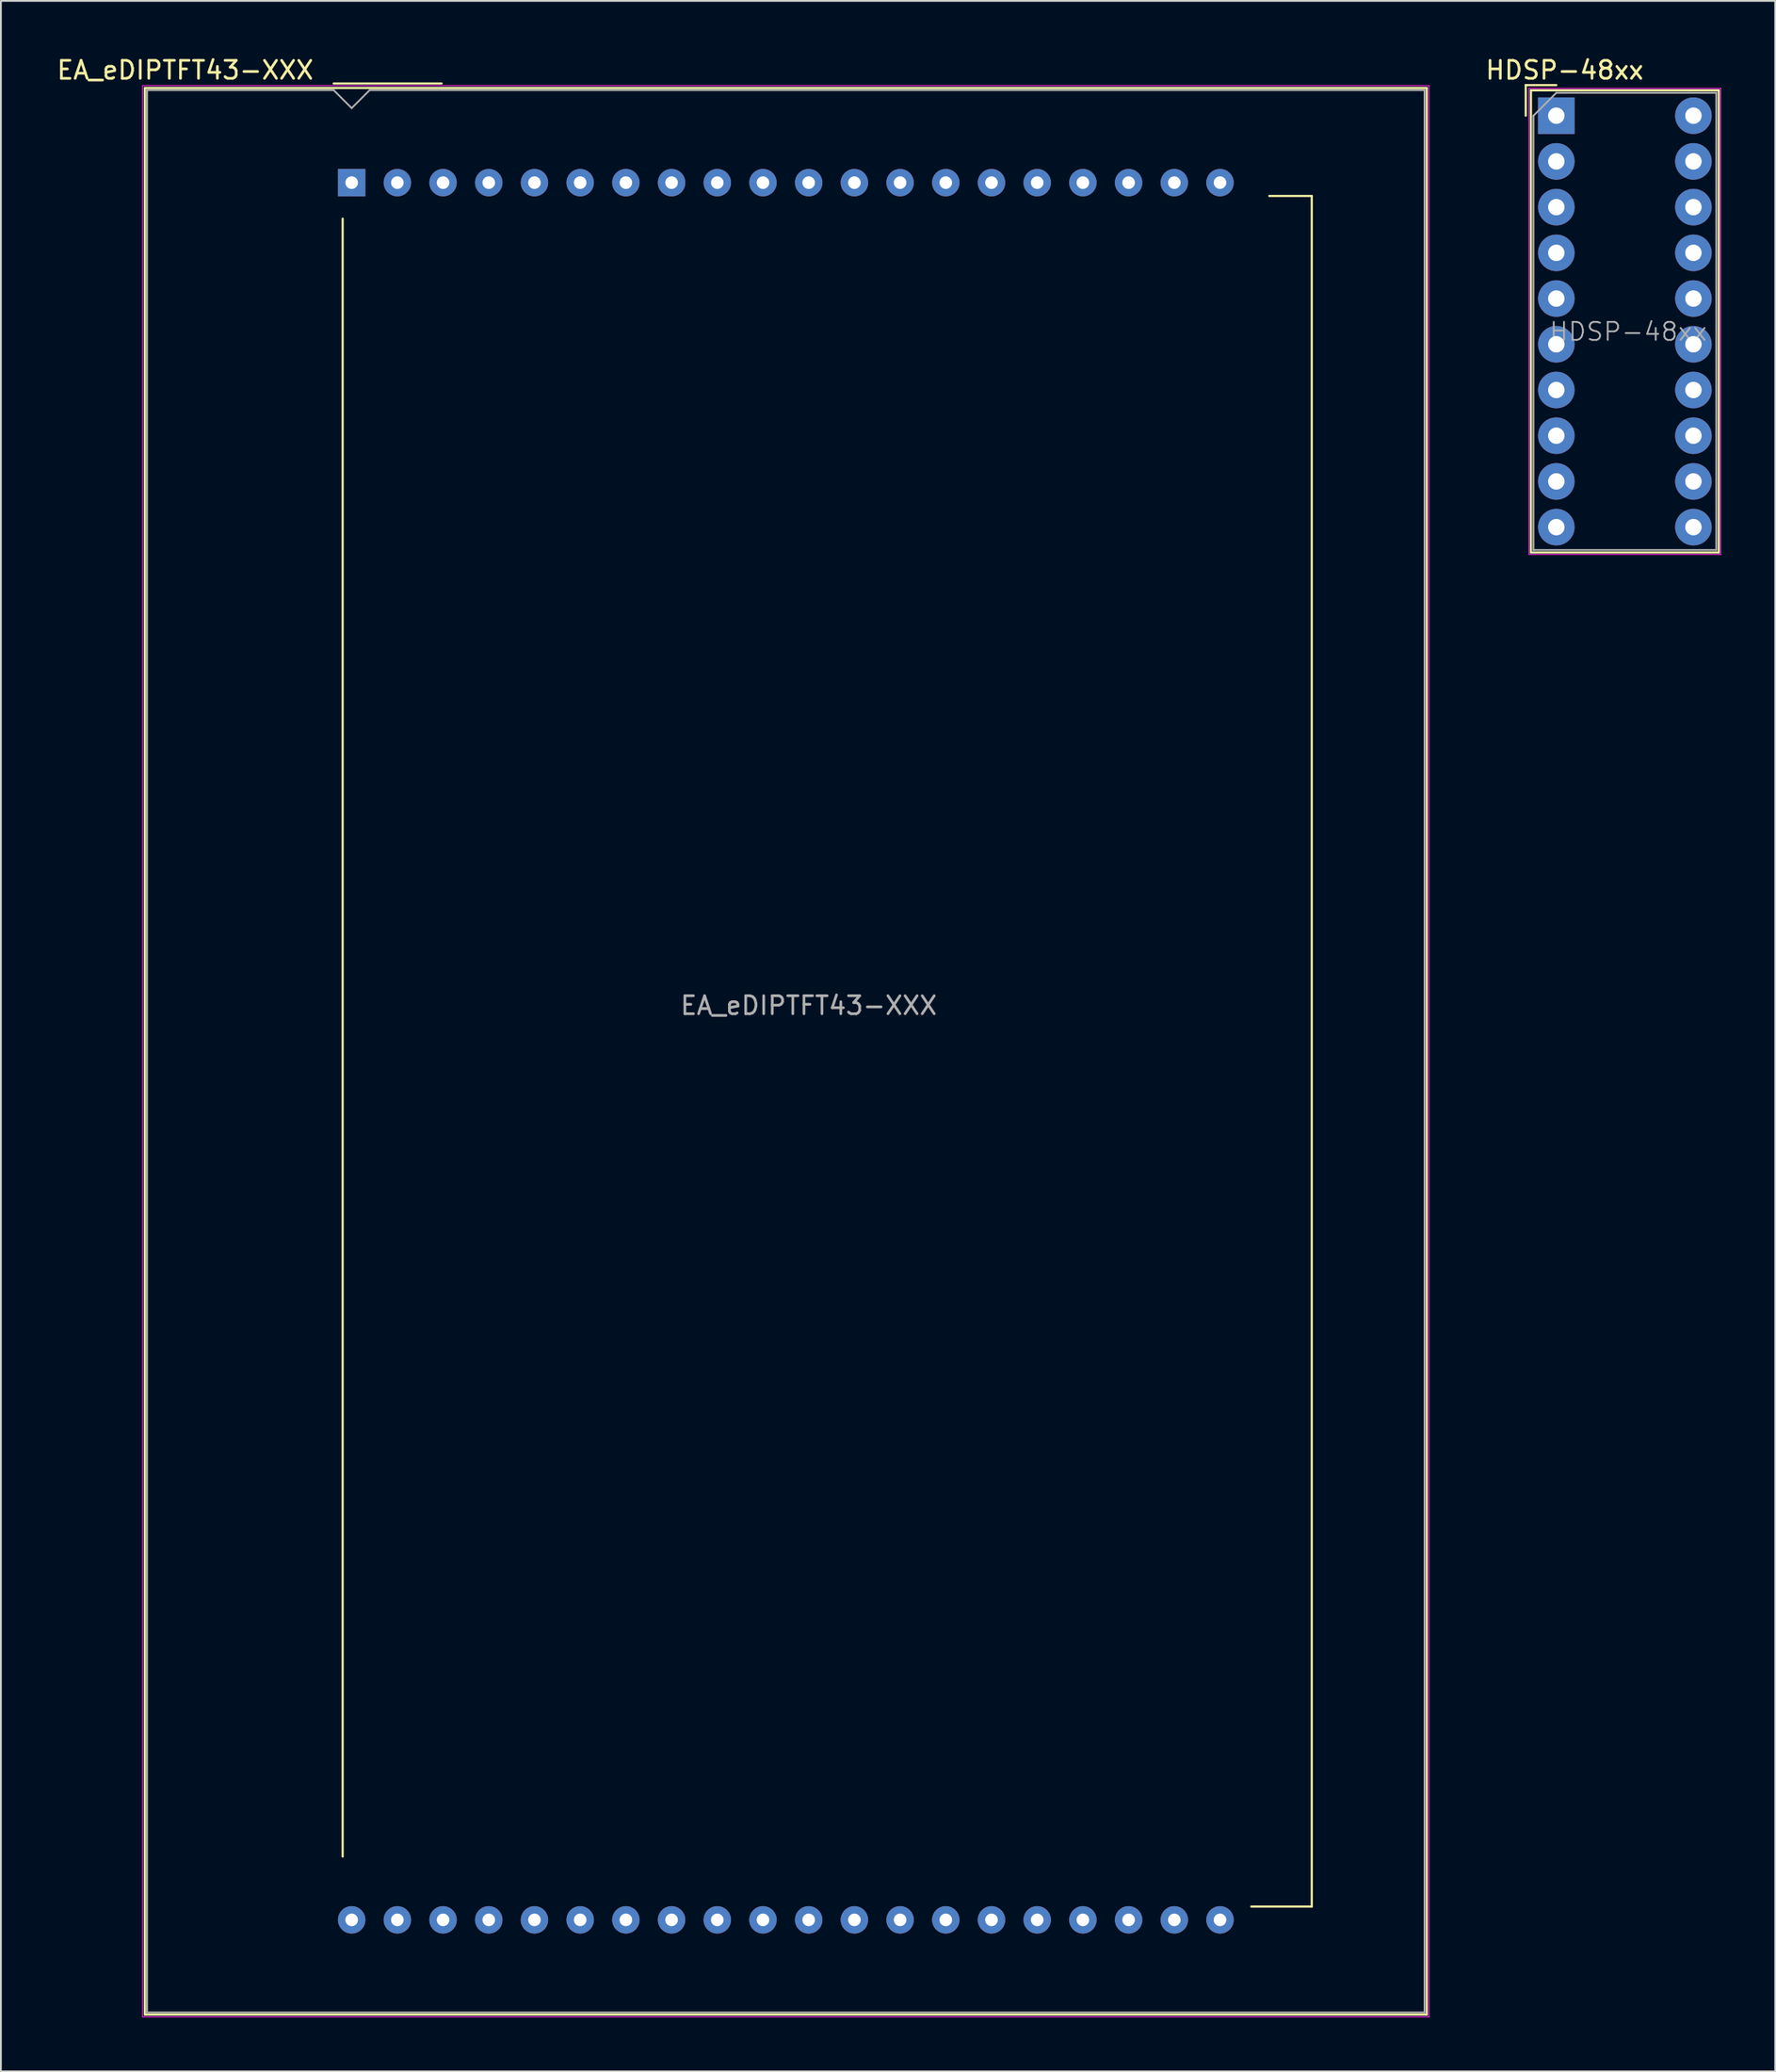
<source format=kicad_pcb>
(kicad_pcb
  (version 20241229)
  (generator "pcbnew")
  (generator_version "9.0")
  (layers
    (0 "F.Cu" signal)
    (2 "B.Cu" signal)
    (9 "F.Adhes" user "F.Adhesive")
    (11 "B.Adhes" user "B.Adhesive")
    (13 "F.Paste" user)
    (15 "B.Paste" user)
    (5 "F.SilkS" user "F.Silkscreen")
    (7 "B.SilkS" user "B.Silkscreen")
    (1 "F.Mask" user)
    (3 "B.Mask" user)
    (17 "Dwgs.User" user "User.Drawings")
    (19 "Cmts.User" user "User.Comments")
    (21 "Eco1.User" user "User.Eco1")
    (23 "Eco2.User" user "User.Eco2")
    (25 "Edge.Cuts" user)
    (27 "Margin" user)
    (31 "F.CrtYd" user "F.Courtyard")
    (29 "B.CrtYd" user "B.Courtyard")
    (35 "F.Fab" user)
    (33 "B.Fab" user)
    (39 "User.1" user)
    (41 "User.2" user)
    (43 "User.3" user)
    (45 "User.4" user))
  (footprint "EA_eDIPTFT43-XXX"
    (layer "F.Cu")
    (at 16.494 7.098)
    (property "Reference" "EA_eDIPTFT43-XXX" (at -9.25 -6.25 0) (layer "F.SilkS") (effects (font (size 1 1) (thickness 0.15))))
    (attr through_hole)
    (fp_line (start -11.49 -5.26) (end 59.75 -5.26) (stroke (width 0.12) (type solid)) (layer "F.SilkS"))
    (fp_line (start -11.49 101.78) (end -11.49 -5.26) (stroke (width 0.12) (type solid)) (layer "F.SilkS"))
    (fp_line (start -1 -5.51) (end 5 -5.51) (stroke (width 0.12) (type solid)) (layer "F.SilkS"))
    (fp_line (start -0.5 93) (end -0.5 2) (stroke (width 0.12) (type solid)) (layer "F.SilkS"))
    (fp_line (start 51 0.74) (end 53.36 0.74) (stroke (width 0.12) (type solid)) (layer "F.SilkS"))
    (fp_line (start 53.36 0.74) (end 53.36 95.78) (stroke (width 0.12) (type solid)) (layer "F.SilkS"))
    (fp_line (start 53.36 95.78) (end 50 95.78) (stroke (width 0.12) (type solid)) (layer "F.SilkS"))
    (fp_line (start 59.75 -5.26) (end 59.75 101.78) (stroke (width 0.12) (type solid)) (layer "F.SilkS"))
    (fp_line (start 59.75 101.78) (end -11.49 101.78) (stroke (width 0.12) (type solid)) (layer "F.SilkS"))
    (fp_line (start -11.62 -5.39) (end 59.88 -5.39) (stroke (width 0.05) (type solid)) (layer "F.CrtYd"))
    (fp_line (start -11.62 101.91) (end -11.62 -5.39) (stroke (width 0.05) (type solid)) (layer "F.CrtYd"))
    (fp_line (start 59.88 -5.39) (end 59.88 101.91) (stroke (width 0.05) (type solid)) (layer "F.CrtYd"))
    (fp_line (start 59.88 101.91) (end -11.62 101.91) (stroke (width 0.05) (type solid)) (layer "F.CrtYd"))
    (fp_line (start -11.37 -5.14) (end -1 -5.14) (stroke (width 0.1) (type solid)) (layer "F.Fab"))
    (fp_line (start -11.37 101.66) (end -11.37 -5.14) (stroke (width 0.1) (type solid)) (layer "F.Fab"))
    (fp_line (start -1 -5.14) (end 0 -4.14) (stroke (width 0.1) (type solid)) (layer "F.Fab"))
    (fp_line (start 0 -4.14) (end 1 -5.14) (stroke (width 0.1) (type solid)) (layer "F.Fab"))
    (fp_line (start 1 -5.14) (end 59.63 -5.14) (stroke (width 0.1) (type solid)) (layer "F.Fab"))
    (fp_line (start 59.63 -5.14) (end 59.63 101.66) (stroke (width 0.1) (type solid)) (layer "F.Fab"))
    (fp_line (start 59.63 101.66) (end -11.37 101.66) (stroke (width 0.1) (type solid)) (layer "F.Fab"))
    (fp_text user "${REFERENCE}" (at 25.4 45.72 0) (layer "F.Fab") (effects (font (size 1 1) (thickness 0.15))))
    (pad "1" thru_hole rect (at 0 0) (size 1.524 1.524) (drill 0.7) (layers "*.Cu" "*.Mask"))
    (pad "2" thru_hole circle (at 2.54 0) (size 1.524 1.524) (drill 0.7) (layers "*.Cu" "*.Mask"))
    (pad "3" thru_hole circle (at 5.08 0) (size 1.524 1.524) (drill 0.7) (layers "*.Cu" "*.Mask"))
    (pad "4" thru_hole circle (at 7.62 0) (size 1.524 1.524) (drill 0.7) (layers "*.Cu" "*.Mask"))
    (pad "5" thru_hole circle (at 10.16 0) (size 1.524 1.524) (drill 0.7) (layers "*.Cu" "*.Mask"))
    (pad "6" thru_hole circle (at 12.7 0) (size 1.524 1.524) (drill 0.7) (layers "*.Cu" "*.Mask"))
    (pad "7" thru_hole circle (at 15.24 0) (size 1.524 1.524) (drill 0.7) (layers "*.Cu" "*.Mask"))
    (pad "8" thru_hole circle (at 17.78 0) (size 1.524 1.524) (drill 0.7) (layers "*.Cu" "*.Mask"))
    (pad "9" thru_hole circle (at 20.32 0) (size 1.524 1.524) (drill 0.7) (layers "*.Cu" "*.Mask"))
    (pad "10" thru_hole circle (at 22.86 0) (size 1.524 1.524) (drill 0.7) (layers "*.Cu" "*.Mask"))
    (pad "11" thru_hole circle (at 25.4 0) (size 1.524 1.524) (drill 0.7) (layers "*.Cu" "*.Mask"))
    (pad "12" thru_hole circle (at 27.94 0) (size 1.524 1.524) (drill 0.7) (layers "*.Cu" "*.Mask"))
    (pad "13" thru_hole circle (at 30.48 0) (size 1.524 1.524) (drill 0.7) (layers "*.Cu" "*.Mask"))
    (pad "14" thru_hole circle (at 33.02 0) (size 1.524 1.524) (drill 0.7) (layers "*.Cu" "*.Mask"))
    (pad "15" thru_hole circle (at 35.56 0) (size 1.524 1.524) (drill 0.7) (layers "*.Cu" "*.Mask"))
    (pad "16" thru_hole circle (at 38.1 0) (size 1.524 1.524) (drill 0.7) (layers "*.Cu" "*.Mask"))
    (pad "17" thru_hole circle (at 40.64 0) (size 1.524 1.524) (drill 0.7) (layers "*.Cu" "*.Mask"))
    (pad "18" thru_hole circle (at 43.18 0) (size 1.524 1.524) (drill 0.7) (layers "*.Cu" "*.Mask"))
    (pad "19" thru_hole circle (at 45.72 0) (size 1.524 1.524) (drill 0.7) (layers "*.Cu" "*.Mask"))
    (pad "20" thru_hole circle (at 48.26 0) (size 1.524 1.524) (drill 0.7) (layers "*.Cu" "*.Mask"))
    (pad "21" thru_hole circle (at 48.26 96.52) (size 1.524 1.524) (drill 0.7) (layers "*.Cu" "*.Mask"))
    (pad "22" thru_hole circle (at 45.72 96.52) (size 1.524 1.524) (drill 0.7) (layers "*.Cu" "*.Mask"))
    (pad "23" thru_hole circle (at 43.18 96.52) (size 1.524 1.524) (drill 0.7) (layers "*.Cu" "*.Mask"))
    (pad "24" thru_hole circle (at 40.64 96.52) (size 1.524 1.524) (drill 0.7) (layers "*.Cu" "*.Mask"))
    (pad "25" thru_hole circle (at 38.1 96.52) (size 1.524 1.524) (drill 0.7) (layers "*.Cu" "*.Mask"))
    (pad "26" thru_hole circle (at 35.56 96.52) (size 1.524 1.524) (drill 0.7) (layers "*.Cu" "*.Mask"))
    (pad "27" thru_hole circle (at 33.02 96.52) (size 1.524 1.524) (drill 0.7) (layers "*.Cu" "*.Mask"))
    (pad "28" thru_hole circle (at 30.48 96.52) (size 1.524 1.524) (drill 0.7) (layers "*.Cu" "*.Mask"))
    (pad "29" thru_hole circle (at 27.94 96.52) (size 1.524 1.524) (drill 0.7) (layers "*.Cu" "*.Mask"))
    (pad "30" thru_hole circle (at 25.4 96.52) (size 1.524 1.524) (drill 0.7) (layers "*.Cu" "*.Mask"))
    (pad "31" thru_hole circle (at 22.86 96.52) (size 1.524 1.524) (drill 0.7) (layers "*.Cu" "*.Mask"))
    (pad "32" thru_hole circle (at 20.32 96.52) (size 1.524 1.524) (drill 0.7) (layers "*.Cu" "*.Mask"))
    (pad "33" thru_hole circle (at 17.78 96.52) (size 1.524 1.524) (drill 0.7) (layers "*.Cu" "*.Mask"))
    (pad "34" thru_hole circle (at 15.24 96.52) (size 1.524 1.524) (drill 0.7) (layers "*.Cu" "*.Mask"))
    (pad "35" thru_hole circle (at 12.7 96.52) (size 1.524 1.524) (drill 0.7) (layers "*.Cu" "*.Mask"))
    (pad "36" thru_hole circle (at 10.16 96.52) (size 1.524 1.524) (drill 0.7) (layers "*.Cu" "*.Mask"))
    (pad "37" thru_hole circle (at 7.62 96.52) (size 1.524 1.524) (drill 0.7) (layers "*.Cu" "*.Mask"))
    (pad "38" thru_hole circle (at 5.08 96.52) (size 1.524 1.524) (drill 0.7) (layers "*.Cu" "*.Mask"))
    (pad "39" thru_hole circle (at 2.54 96.52) (size 1.524 1.524) (drill 0.7) (layers "*.Cu" "*.Mask"))
    (pad "40" thru_hole circle (at 0 96.52) (size 1.524 1.524) (drill 0.7) (layers "*.Cu" "*.Mask")))
  (footprint "HDSP-48xx"
    (layer "F.Cu")
    (at 83.445 3.378)
    (property "Reference" "HDSP-48xx" (at 0.46 -2.53 0) (layer "F.SilkS") (effects (font (size 1 1) (thickness 0.15))))
    (attr through_hole)
    (fp_line (start -1.7 -1.7) (end -1.7 0) (stroke (width 0.12) (type solid)) (layer "F.SilkS"))
    (fp_line (start -1.41 -1.41) (end 9.03 -1.41) (stroke (width 0.12) (type solid)) (layer "F.SilkS"))
    (fp_line (start -1.41 24.27) (end -1.41 -1.41) (stroke (width 0.12) (type solid)) (layer "F.SilkS"))
    (fp_line (start 0 -1.7) (end -1.7 -1.7) (stroke (width 0.12) (type solid)) (layer "F.SilkS"))
    (fp_line (start 9.03 -1.41) (end 9.03 24.27) (stroke (width 0.12) (type solid)) (layer "F.SilkS"))
    (fp_line (start 9.03 24.27) (end -1.41 24.27) (stroke (width 0.12) (type solid)) (layer "F.SilkS"))
    (fp_line (start -1.52 -1.52) (end -1.52 24.38) (stroke (width 0.05) (type solid)) (layer "F.CrtYd"))
    (fp_line (start -1.52 -1.52) (end 9.14 -1.52) (stroke (width 0.05) (type solid)) (layer "F.CrtYd"))
    (fp_line (start -1.52 24.38) (end 9.14 24.38) (stroke (width 0.05) (type solid)) (layer "F.CrtYd"))
    (fp_line (start 9.14 24.38) (end 9.14 -1.52) (stroke (width 0.05) (type solid)) (layer "F.CrtYd"))
    (fp_line (start -1.27 0) (end -1.27 24.13) (stroke (width 0.1) (type solid)) (layer "F.Fab"))
    (fp_line (start -1.27 24.13) (end 8.89 24.13) (stroke (width 0.1) (type solid)) (layer "F.Fab"))
    (fp_line (start 0 -1.27) (end -1.27 0) (stroke (width 0.1) (type solid)) (layer "F.Fab"))
    (fp_line (start 0 -1.27) (end 8.89 -1.27) (stroke (width 0.1) (type solid)) (layer "F.Fab"))
    (fp_line (start 8.89 -1.27) (end 8.89 24.13) (stroke (width 0.1) (type solid)) (layer "F.Fab"))
    (fp_text user "${REFERENCE}" (at 4 12 0) (layer "F.Fab") (effects (font (size 1 1) (thickness 0.1))))
    (pad "1" thru_hole rect (at 0 0 270) (size 2.032 2.032) (drill 0.914) (layers "*.Cu" "*.Mask"))
    (pad "2" thru_hole circle (at 0 2.54 270) (size 2.032 2.032) (drill 0.914) (layers "*.Cu" "*.Mask"))
    (pad "3" thru_hole circle (at 0 5.08 270) (size 2.032 2.032) (drill 0.914) (layers "*.Cu" "*.Mask"))
    (pad "4" thru_hole circle (at 0 7.62 270) (size 2.032 2.032) (drill 0.914) (layers "*.Cu" "*.Mask"))
    (pad "5" thru_hole circle (at 0 10.16 270) (size 2.032 2.032) (drill 0.914) (layers "*.Cu" "*.Mask"))
    (pad "6" thru_hole circle (at 0 12.7 270) (size 2.032 2.032) (drill 0.914) (layers "*.Cu" "*.Mask"))
    (pad "7" thru_hole circle (at 0 15.24 270) (size 2.032 2.032) (drill 0.914) (layers "*.Cu" "*.Mask"))
    (pad "8" thru_hole circle (at 0 17.78 270) (size 2.032 2.032) (drill 0.914) (layers "*.Cu" "*.Mask"))
    (pad "9" thru_hole circle (at 0 20.32 270) (size 2.032 2.032) (drill 0.914) (layers "*.Cu" "*.Mask"))
    (pad "10" thru_hole circle (at 0 22.86 270) (size 2.032 2.032) (drill 0.914) (layers "*.Cu" "*.Mask"))
    (pad "11" thru_hole circle (at 7.62 22.86 270) (size 2.032 2.032) (drill 0.914) (layers "*.Cu" "*.Mask"))
    (pad "12" thru_hole circle (at 7.62 20.32 270) (size 2.032 2.032) (drill 0.914) (layers "*.Cu" "*.Mask"))
    (pad "13" thru_hole circle (at 7.62 17.78 270) (size 2.032 2.032) (drill 0.914) (layers "*.Cu" "*.Mask"))
    (pad "14" thru_hole circle (at 7.62 15.24 270) (size 2.032 2.032) (drill 0.914) (layers "*.Cu" "*.Mask"))
    (pad "15" thru_hole circle (at 7.62 12.7 270) (size 2.032 2.032) (drill 0.914) (layers "*.Cu" "*.Mask"))
    (pad "16" thru_hole circle (at 7.62 10.16 270) (size 2.032 2.032) (drill 0.914) (layers "*.Cu" "*.Mask"))
    (pad "17" thru_hole circle (at 7.62 7.62 270) (size 2.032 2.032) (drill 0.914) (layers "*.Cu" "*.Mask"))
    (pad "18" thru_hole circle (at 7.62 5.08 270) (size 2.032 2.032) (drill 0.914) (layers "*.Cu" "*.Mask"))
    (pad "19" thru_hole circle (at 7.62 2.54 270) (size 2.032 2.032) (drill 0.914) (layers "*.Cu" "*.Mask"))
    (pad "20" thru_hole circle (at 7.62 0 270) (size 2.032 2.032) (drill 0.914) (layers "*.Cu" "*.Mask")))
  (gr_rect
    (start -3 -3)
    (end 95.61 112.033)
    (stroke (width 0.1) (type default))
    (fill no)
    (layer "Edge.Cuts")))
</source>
